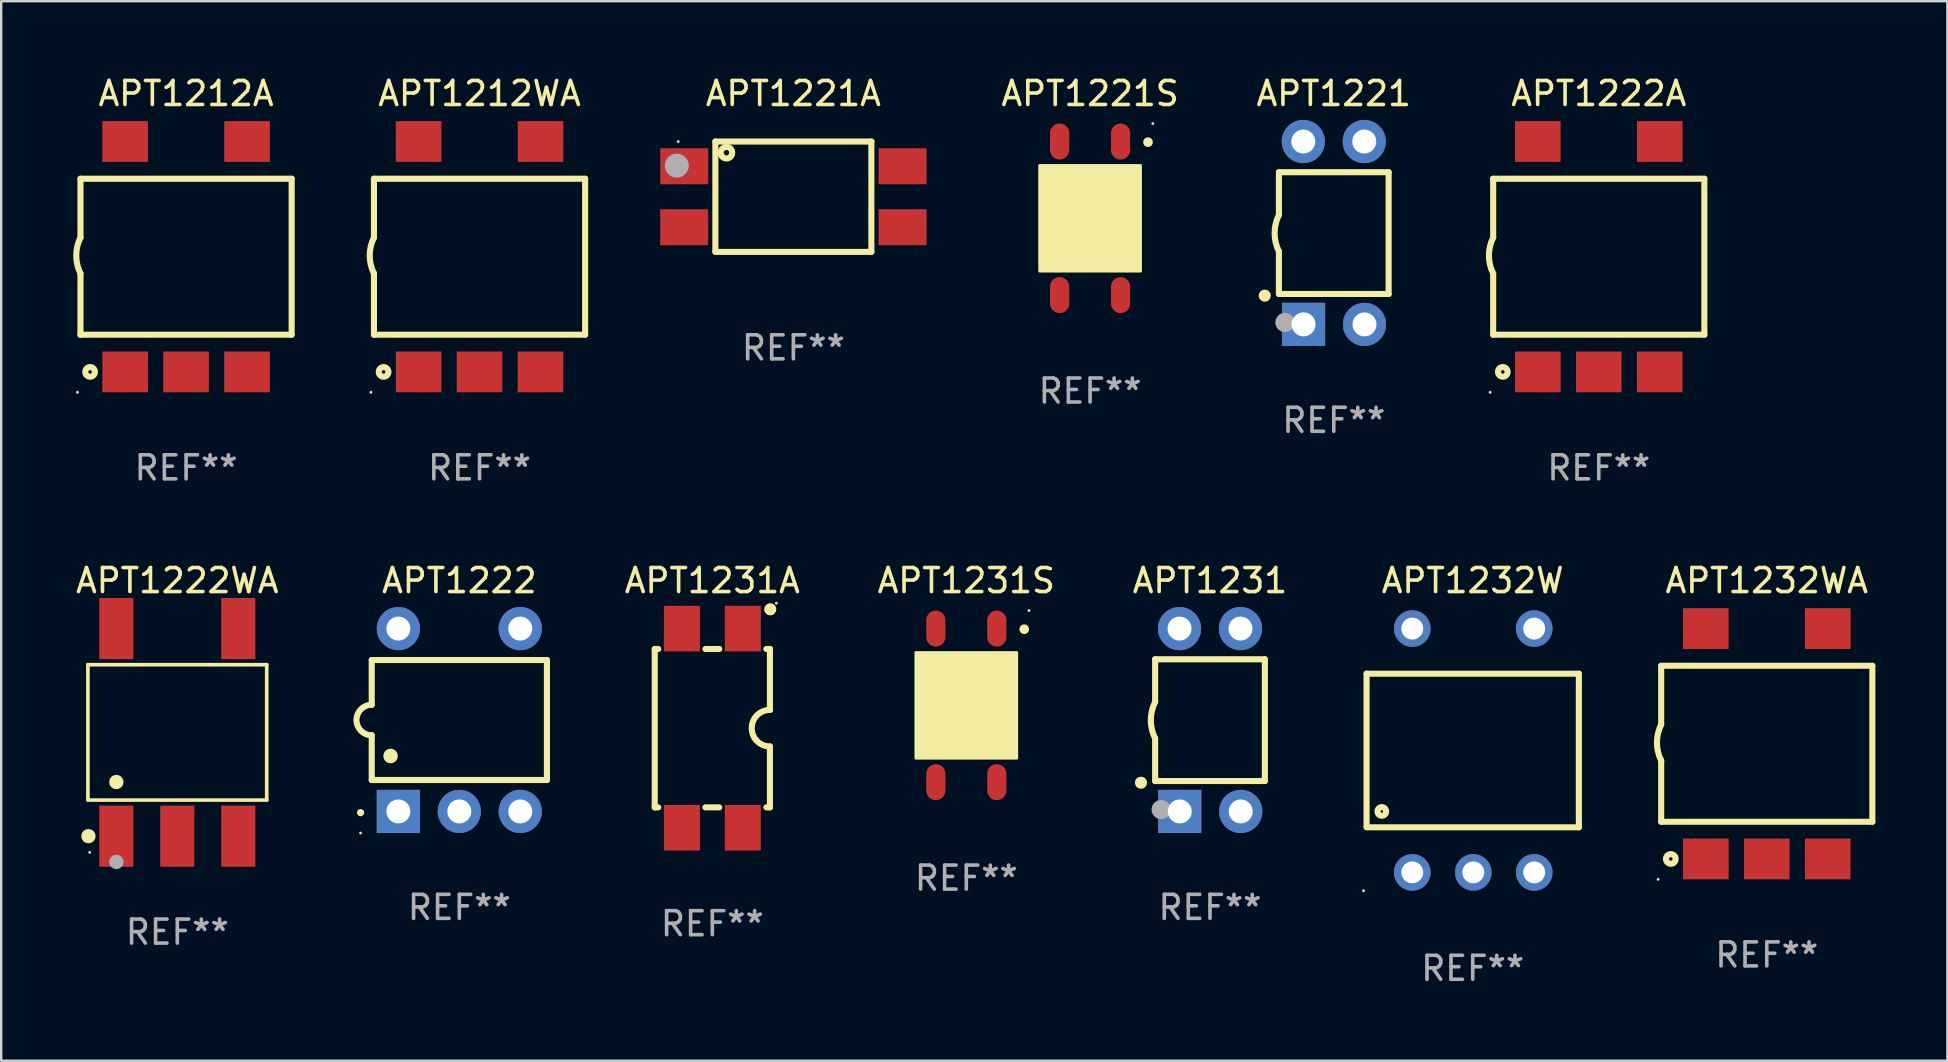
<source format=kicad_pcb>
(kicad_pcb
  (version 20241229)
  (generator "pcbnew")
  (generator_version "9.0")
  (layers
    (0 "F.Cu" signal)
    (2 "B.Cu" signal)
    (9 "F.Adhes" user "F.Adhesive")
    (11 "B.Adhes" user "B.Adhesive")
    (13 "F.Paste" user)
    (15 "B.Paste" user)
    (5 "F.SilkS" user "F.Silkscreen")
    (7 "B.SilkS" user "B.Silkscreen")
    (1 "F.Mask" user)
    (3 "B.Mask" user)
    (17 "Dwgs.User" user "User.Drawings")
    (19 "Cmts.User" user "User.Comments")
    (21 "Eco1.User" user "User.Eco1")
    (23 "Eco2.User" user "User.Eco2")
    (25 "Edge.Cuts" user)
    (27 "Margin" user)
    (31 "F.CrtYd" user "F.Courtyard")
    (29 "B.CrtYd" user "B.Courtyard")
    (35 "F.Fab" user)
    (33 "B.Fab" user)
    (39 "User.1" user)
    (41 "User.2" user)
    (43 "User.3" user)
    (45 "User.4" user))
  (footprint "APT1231"
    (layer "F.Cu")
    (at 47.374 26.955)
    (property "Reference" "APT1231" (at 0 -5.81 0) (layer "F.SilkS") (effects (font (size 1 1) (thickness 0.15))))
    (attr through_hole)
    (fp_line (start -2.286 -2.532) (end -2.286 -0.754) (stroke (width 0.254) (type solid)) (layer "F.SilkS"))
    (fp_line (start -2.286 -2.532) (end 2.286 -2.532) (stroke (width 0.254) (type solid)) (layer "F.SilkS"))
    (fp_line (start -2.286 0.77) (end -2.286 2.542) (stroke (width 0.254) (type solid)) (layer "F.SilkS"))
    (fp_line (start -2.286 2.542) (end 2.286 2.542) (stroke (width 0.254) (type solid)) (layer "F.SilkS"))
    (fp_line (start 2.286 -2.532) (end 2.286 2.542) (stroke (width 0.254) (type solid)) (layer "F.SilkS"))
    (fp_arc (start -2.286005 0.769952) (mid -2.465889 0.00795) (end -2.286005 -0.754051) (stroke (width 0.254001) (type solid)) (layer "F.SilkS"))
    (fp_circle (center -2.877 2.613) (end -2.75 2.613) (stroke (width 0.254) (type solid)) (fill no) (layer "F.SilkS"))
    (fp_circle (center -2.29 3.935) (end -2.26 3.935) (stroke (width 0.06) (type solid)) (fill no) (layer "F.SilkS"))
    (fp_circle (center -2.035 3.73) (end -1.835 3.73) (stroke (width 0.4) (type solid)) (fill no) (layer "F.Fab"))
    (fp_text user "REF**" (at 0 7.81 0) (layer "F.Fab") (effects (font (size 1 1) (thickness 0.15))))
    (pad "1" thru_hole rect (at -1.26 3.81 180) (size 1.8 1.8) (drill 1) (layers "*.Cu" "*.Mask"))
    (pad "2" thru_hole circle (at 1.28 3.81) (size 1.8 1.8) (drill 1) (layers "*.Cu" "*.Mask"))
    (pad "3" thru_hole circle (at 1.27 -3.81) (size 1.8 1.8) (drill 1) (layers "*.Cu" "*.Mask"))
    (pad "4" thru_hole circle (at -1.27 -3.81) (size 1.8 1.8) (drill 1) (layers "*.Cu" "*.Mask")))
  (footprint "APT1212A"
    (layer "F.Cu")
    (at 4.704 7.648)
    (property "Reference" "APT1212A" (at 0 -6.8 0) (layer "F.SilkS") (effects (font (size 1 1) (thickness 0.15))))
    (attr through_hole)
    (fp_line (start -4.4 -3.25) (end -4.4 -0.8) (stroke (width 0.254) (type solid)) (layer "F.SilkS"))
    (fp_line (start -4.4 -3.25) (end 4.4 -3.25) (stroke (width 0.254) (type solid)) (layer "F.SilkS"))
    (fp_line (start -4.4 3.25) (end -4.4 0.7) (stroke (width 0.254) (type solid)) (layer "F.SilkS"))
    (fp_line (start 4.4 3.25) (end -4.4 3.25) (stroke (width 0.254) (type solid)) (layer "F.SilkS"))
    (fp_line (start 4.4 3.25) (end 4.4 -3.25) (stroke (width 0.254) (type solid)) (layer "F.SilkS"))
    (fp_arc (start -4.399289 0.701041) (mid -4.576723 -0.04939) (end -4.400051 -0.8) (stroke (width 0.254001) (type solid)) (layer "F.SilkS"))
    (fp_circle (center -4.527 5.65) (end -4.497 5.65) (stroke (width 0.06) (type solid)) (fill no) (layer "F.SilkS"))
    (fp_circle (center -3.999 4.8) (end -3.798 4.8) (stroke (width 0.254) (type solid)) (fill no) (layer "F.SilkS"))
    (fp_text user "REF**" (at 0 8.8 0) (layer "F.Fab") (effects (font (size 1 1) (thickness 0.15))))
    (pad "1" smd rect (at -2.538 4.8) (size 1.9 1.7) (layers "F.Cu" "F.Mask" "F.Paste"))
    (pad "2" smd rect (at 0 4.8) (size 1.9 1.7) (layers "F.Cu" "F.Mask" "F.Paste"))
    (pad "3" smd rect (at 2.54 4.8) (size 1.9 1.7) (layers "F.Cu" "F.Mask" "F.Paste"))
    (pad "4" smd rect (at 2.542 -4.8) (size 1.9 1.7) (layers "F.Cu" "F.Mask" "F.Paste"))
    (pad "6" smd rect (at -2.54 -4.8) (size 1.9 1.7) (layers "F.Cu" "F.Mask" "F.Paste")))
  (footprint "APT1231A"
    (layer "F.Cu")
    (at 26.635 27.295)
    (property "Reference" "APT1231A" (at 0 -6.15 0) (layer "F.SilkS") (effects (font (size 1 1) (thickness 0.15))))
    (attr through_hole)
    (fp_line (start -2.4 -3.3) (end -2.251 -3.3) (stroke (width 0.254) (type solid)) (layer "F.SilkS"))
    (fp_line (start -2.4 3.3) (end -2.4 -3.3) (stroke (width 0.254) (type solid)) (layer "F.SilkS"))
    (fp_line (start -2.4 3.3) (end -2.251 3.3) (stroke (width 0.254) (type solid)) (layer "F.SilkS"))
    (fp_line (start -0.289 -3.3) (end 0.289 -3.3) (stroke (width 0.254) (type solid)) (layer "F.SilkS"))
    (fp_line (start -0.289 3.3) (end 0.289 3.3) (stroke (width 0.254) (type solid)) (layer "F.SilkS"))
    (fp_line (start 2.251 -3.3) (end 2.4 -3.3) (stroke (width 0.254) (type solid)) (layer "F.SilkS"))
    (fp_line (start 2.251 3.3) (end 2.4 3.3) (stroke (width 0.254) (type solid)) (layer "F.SilkS"))
    (fp_line (start 2.4 -3.3) (end 2.4 -0.762) (stroke (width 0.254) (type solid)) (layer "F.SilkS"))
    (fp_line (start 2.4 3.3) (end 2.4 0.762) (stroke (width 0.254) (type solid)) (layer "F.SilkS"))
    (fp_arc (start 2.39939 0.7619) (mid 1.644729 -0.003742) (end 2.406731 -0.762077) (stroke (width 0.254001) (type solid)) (layer "F.SilkS"))
    (fp_circle (center 2.413 -4.953) (end 2.54 -4.953) (stroke (width 0.254) (type solid)) (fill no) (layer "F.SilkS"))
    (fp_circle (center 2.667 -5.207) (end 2.697 -5.207) (stroke (width 0.06) (type solid)) (fill no) (layer "F.SilkS"))
    (fp_text user "REF**" (at 0 8.15 0) (layer "F.Fab") (effects (font (size 1 1) (thickness 0.15))))
    (pad "1" smd rect (at 1.27 -4.15) (size 1.5 1.9) (layers "F.Cu" "F.Mask" "F.Paste"))
    (pad "2" smd rect (at -1.27 -4.15) (size 1.5 1.9) (layers "F.Cu" "F.Mask" "F.Paste"))
    (pad "3" smd rect (at -1.27 4.15) (size 1.5 1.9) (layers "F.Cu" "F.Mask" "F.Paste"))
    (pad "4" smd rect (at 1.27 4.15) (size 1.5 1.9) (layers "F.Cu" "F.Mask" "F.Paste")))
  (footprint "APT1222A"
    (layer "F.Cu")
    (at 63.575 7.648)
    (property "Reference" "APT1222A" (at 0 -6.8 0) (layer "F.SilkS") (effects (font (size 1 1) (thickness 0.15))))
    (attr through_hole)
    (fp_line (start -4.4 -3.25) (end -4.4 -0.8) (stroke (width 0.254) (type solid)) (layer "F.SilkS"))
    (fp_line (start -4.4 -3.25) (end 4.4 -3.25) (stroke (width 0.254) (type solid)) (layer "F.SilkS"))
    (fp_line (start -4.4 3.25) (end -4.4 0.7) (stroke (width 0.254) (type solid)) (layer "F.SilkS"))
    (fp_line (start 4.4 3.25) (end -4.4 3.25) (stroke (width 0.254) (type solid)) (layer "F.SilkS"))
    (fp_line (start 4.4 3.25) (end 4.4 -3.25) (stroke (width 0.254) (type solid)) (layer "F.SilkS"))
    (fp_arc (start -4.399289 0.701041) (mid -4.576723 -0.04939) (end -4.400051 -0.8) (stroke (width 0.254001) (type solid)) (layer "F.SilkS"))
    (fp_circle (center -4.527 5.65) (end -4.497 5.65) (stroke (width 0.06) (type solid)) (fill no) (layer "F.SilkS"))
    (fp_circle (center -3.999 4.8) (end -3.798 4.8) (stroke (width 0.254) (type solid)) (fill no) (layer "F.SilkS"))
    (fp_text user "REF**" (at 0 8.8 0) (layer "F.Fab") (effects (font (size 1 1) (thickness 0.15))))
    (pad "1" smd rect (at -2.538 4.8) (size 1.9 1.7) (layers "F.Cu" "F.Mask" "F.Paste"))
    (pad "2" smd rect (at 0 4.8) (size 1.9 1.7) (layers "F.Cu" "F.Mask" "F.Paste"))
    (pad "3" smd rect (at 2.54 4.8) (size 1.9 1.7) (layers "F.Cu" "F.Mask" "F.Paste"))
    (pad "4" smd rect (at 2.542 -4.8) (size 1.9 1.7) (layers "F.Cu" "F.Mask" "F.Paste"))
    (pad "6" smd rect (at -2.54 -4.8) (size 1.9 1.7) (layers "F.Cu" "F.Mask" "F.Paste")))
  (footprint "APT1221"
    (layer "F.Cu")
    (at 52.532 6.658)
    (property "Reference" "APT1221" (at 0 -5.81 0) (layer "F.SilkS") (effects (font (size 1 1) (thickness 0.15))))
    (attr through_hole)
    (fp_line (start -2.286 -2.532) (end -2.286 -0.754) (stroke (width 0.254) (type solid)) (layer "F.SilkS"))
    (fp_line (start -2.286 -2.532) (end 2.286 -2.532) (stroke (width 0.254) (type solid)) (layer "F.SilkS"))
    (fp_line (start -2.286 0.77) (end -2.286 2.542) (stroke (width 0.254) (type solid)) (layer "F.SilkS"))
    (fp_line (start -2.286 2.542) (end 2.286 2.542) (stroke (width 0.254) (type solid)) (layer "F.SilkS"))
    (fp_line (start 2.286 -2.532) (end 2.286 2.542) (stroke (width 0.254) (type solid)) (layer "F.SilkS"))
    (fp_arc (start -2.286005 0.769952) (mid -2.465889 0.00795) (end -2.286005 -0.754051) (stroke (width 0.254001) (type solid)) (layer "F.SilkS"))
    (fp_circle (center -2.877 2.613) (end -2.75 2.613) (stroke (width 0.254) (type solid)) (fill no) (layer "F.SilkS"))
    (fp_circle (center -2.29 3.935) (end -2.26 3.935) (stroke (width 0.06) (type solid)) (fill no) (layer "F.SilkS"))
    (fp_circle (center -2.035 3.73) (end -1.835 3.73) (stroke (width 0.4) (type solid)) (fill no) (layer "F.Fab"))
    (fp_text user "REF**" (at 0 7.81 0) (layer "F.Fab") (effects (font (size 1 1) (thickness 0.15))))
    (pad "1" thru_hole rect (at -1.26 3.81 180) (size 1.8 1.8) (drill 1) (layers "*.Cu" "*.Mask"))
    (pad "2" thru_hole circle (at 1.28 3.81) (size 1.8 1.8) (drill 1) (layers "*.Cu" "*.Mask"))
    (pad "3" thru_hole circle (at 1.27 -3.81) (size 1.8 1.8) (drill 1) (layers "*.Cu" "*.Mask"))
    (pad "4" thru_hole circle (at -1.27 -3.81) (size 1.8 1.8) (drill 1) (layers "*.Cu" "*.Mask")))
  (footprint "APT1221A"
    (layer "F.Cu")
    (at 30.012 5.148)
    (property "Reference" "APT1221A" (at 0 -4.3 0) (layer "F.SilkS") (effects (font (size 1 1) (thickness 0.15))))
    (attr through_hole)
    (fp_line (start -3.25 -2.3) (end -3.25 2.3) (stroke (width 0.254) (type solid)) (layer "F.SilkS"))
    (fp_line (start -3.25 -2.3) (end 3.25 -2.3) (stroke (width 0.254) (type solid)) (layer "F.SilkS"))
    (fp_line (start -3.25 2.3) (end 3.25 2.3) (stroke (width 0.254) (type solid)) (layer "F.SilkS"))
    (fp_line (start 3.25 -2.3) (end 3.25 2.3) (stroke (width 0.254) (type solid)) (layer "F.SilkS"))
    (fp_circle (center -4.8 -2.3) (end -4.77 -2.3) (stroke (width 0.06) (type solid)) (fill no) (layer "F.SilkS"))
    (fp_circle (center -2.789 -1.834) (end -2.676 -1.834) (stroke (width 0.254) (type solid)) (fill no) (layer "F.SilkS"))
    (fp_circle (center -4.859 -1.294) (end -4.609 -1.294) (stroke (width 0.5) (type solid)) (fill no) (layer "F.Fab"))
    (fp_text user "REF**" (at 0 6.3 0) (layer "F.Fab") (effects (font (size 1 1) (thickness 0.15))))
    (pad "1" smd rect (at -4.55 -1.27) (size 2 1.5) (layers "F.Cu" "F.Mask" "F.Paste"))
    (pad "2" smd rect (at -4.55 1.27) (size 2 1.5) (layers "F.Cu" "F.Mask" "F.Paste"))
    (pad "3" smd rect (at 4.55 1.27) (size 2 1.5) (layers "F.Cu" "F.Mask" "F.Paste"))
    (pad "4" smd rect (at 4.55 -1.27) (size 2 1.5) (layers "F.Cu" "F.Mask" "F.Paste")))
  (footprint "APT1221S"
    (layer "F.Cu")
    (at 42.377 6.048)
    (property "Reference" "APT1221S" (at 0 -5.2 0) (layer "F.SilkS") (effects (font (size 1 1) (thickness 0.15))))
    (attr through_hole)
    (fp_arc (start 2.41303 -3.172695) (mid 2.413026 -3.173965) (end 2.41303 -3.175235) (stroke (width 0.4) (type solid)) (layer "F.SilkS"))
    (fp_circle (center 2.613 -3.95) (end 2.643 -3.95) (stroke (width 0.06) (type solid)) (fill no) (layer "F.SilkS"))
    (fp_poly (pts (xy -2.1 -2.2) (xy 2.1 -2.2) (xy 2.1 2.2) (xy -2.1 2.2)) (stroke (width 0.12) (type solid)) (fill yes) (layer "F.SilkS"))
    (fp_text user "REF**" (at 0 7.2 0) (layer "F.Fab") (effects (font (size 1 1) (thickness 0.15))))
    (pad "1" smd oval (at 1.27 -3.2) (size 0.8 1.5) (layers "F.Cu" "F.Mask" "F.Paste"))
    (pad "2" smd oval (at -1.27 -3.2) (size 0.8 1.5) (layers "F.Cu" "F.Mask" "F.Paste"))
    (pad "3" smd oval (at -1.27 3.2) (size 0.8 1.5) (layers "F.Cu" "F.Mask" "F.Paste"))
    (pad "4" smd oval (at 1.27 3.2) (size 0.8 1.5) (layers "F.Cu" "F.Mask" "F.Paste")))
  (footprint "APT1232W"
    (layer "F.Cu")
    (at 58.322 28.225)
    (property "Reference" "APT1232W" (at 0 -7.08 0) (layer "F.SilkS") (effects (font (size 1 1) (thickness 0.15))))
    (attr through_hole)
    (fp_line (start -4.423 -3.2) (end -4.423 3.175) (stroke (width 0.254) (type solid)) (layer "F.SilkS"))
    (fp_line (start 4.423 -3.2) (end -4.423 -3.2) (stroke (width 0.254) (type solid)) (layer "F.SilkS"))
    (fp_line (start 4.423 -3.2) (end 4.423 3.2) (stroke (width 0.254) (type solid)) (layer "F.SilkS"))
    (fp_line (start 4.423 3.2) (end -4.423 3.2) (stroke (width 0.254) (type solid)) (layer "F.SilkS"))
    (fp_circle (center -4.55 5.842) (end -4.52 5.842) (stroke (width 0.06) (type solid)) (fill no) (layer "F.SilkS"))
    (fp_circle (center -3.788 2.54) (end -3.608 2.54) (stroke (width 0.254) (type solid)) (fill no) (layer "F.SilkS"))
    (fp_text user "REF**" (at 0 9.08 0) (layer "F.Fab") (effects (font (size 1 1) (thickness 0.15))))
    (pad "1" thru_hole circle (at -2.518 5.08) (size 1.524 1.524) (drill 0.914) (layers "*.Cu" "*.Mask"))
    (pad "2" thru_hole circle (at 0.023 5.08) (size 1.524 1.524) (drill 0.914) (layers "*.Cu" "*.Mask"))
    (pad "3" thru_hole circle (at 2.563 5.08) (size 1.524 1.524) (drill 0.914) (layers "*.Cu" "*.Mask"))
    (pad "4" thru_hole circle (at 2.563 -5.08) (size 1.524 1.524) (drill 0.914) (layers "*.Cu" "*.Mask"))
    (pad "6" thru_hole circle (at -2.518 -5.08) (size 1.524 1.524) (drill 0.914) (layers "*.Cu" "*.Mask")))
  (footprint "APT1222WA"
    (layer "F.Cu")
    (at 4.339 27.47)
    (property "Reference" "APT1222WA" (at 0 -6.325 0) (layer "F.SilkS") (effects (font (size 1 1) (thickness 0.15))))
    (attr through_hole)
    (fp_line (start -3.726 -2.821) (end 3.726 -2.821) (stroke (width 0.152) (type solid)) (layer "F.SilkS"))
    (fp_line (start -3.726 2.821) (end -3.726 -2.821) (stroke (width 0.152) (type solid)) (layer "F.SilkS"))
    (fp_line (start 3.726 -2.821) (end 3.726 2.821) (stroke (width 0.152) (type solid)) (layer "F.SilkS"))
    (fp_line (start 3.726 2.821) (end -3.726 2.821) (stroke (width 0.152) (type solid)) (layer "F.SilkS"))
    (fp_circle (center -3.704 4.325) (end -3.554 4.325) (stroke (width 0.3) (type solid)) (fill no) (layer "F.SilkS"))
    (fp_circle (center -3.65 5) (end -3.62 5) (stroke (width 0.06) (type solid)) (fill no) (layer "F.SilkS"))
    (fp_circle (center -2.54 2.069) (end -2.39 2.069) (stroke (width 0.3) (type solid)) (fill no) (layer "F.SilkS"))
    (fp_circle (center -2.54 5.4) (end -2.39 5.4) (stroke (width 0.3) (type solid)) (fill no) (layer "F.Fab"))
    (fp_text user "REF**" (at 0 8.325 0) (layer "F.Fab") (effects (font (size 1 1) (thickness 0.15))))
    (pad "1" smd rect (at -2.54 4.325) (size 1.422 2.55) (layers "F.Cu" "F.Mask" "F.Paste"))
    (pad "2" smd rect (at 0 4.325) (size 1.422 2.55) (layers "F.Cu" "F.Mask" "F.Paste"))
    (pad "3" smd rect (at 2.54 4.325) (size 1.422 2.55) (layers "F.Cu" "F.Mask" "F.Paste"))
    (pad "4" smd rect (at 2.54 -4.325) (size 1.422 2.55) (layers "F.Cu" "F.Mask" "F.Paste"))
    (pad "6" smd rect (at -2.54 -4.325) (size 1.422 2.55) (layers "F.Cu" "F.Mask" "F.Paste")))
  (footprint "APT1232WA"
    (layer "F.Cu")
    (at 70.576 27.945)
    (property "Reference" "APT1232WA" (at 0 -6.8 0) (layer "F.SilkS") (effects (font (size 1 1) (thickness 0.15))))
    (attr through_hole)
    (fp_line (start -4.4 -3.25) (end -4.4 -0.8) (stroke (width 0.254) (type solid)) (layer "F.SilkS"))
    (fp_line (start -4.4 -3.25) (end 4.4 -3.25) (stroke (width 0.254) (type solid)) (layer "F.SilkS"))
    (fp_line (start -4.4 3.25) (end -4.4 0.7) (stroke (width 0.254) (type solid)) (layer "F.SilkS"))
    (fp_line (start 4.4 3.25) (end -4.4 3.25) (stroke (width 0.254) (type solid)) (layer "F.SilkS"))
    (fp_line (start 4.4 3.25) (end 4.4 -3.25) (stroke (width 0.254) (type solid)) (layer "F.SilkS"))
    (fp_arc (start -4.399289 0.701041) (mid -4.576723 -0.04939) (end -4.400051 -0.8) (stroke (width 0.254001) (type solid)) (layer "F.SilkS"))
    (fp_circle (center -4.527 5.65) (end -4.497 5.65) (stroke (width 0.06) (type solid)) (fill no) (layer "F.SilkS"))
    (fp_circle (center -3.999 4.8) (end -3.798 4.8) (stroke (width 0.254) (type solid)) (fill no) (layer "F.SilkS"))
    (fp_text user "REF**" (at 0 8.8 0) (layer "F.Fab") (effects (font (size 1 1) (thickness 0.15))))
    (pad "1" smd rect (at -2.538 4.8) (size 1.9 1.7) (layers "F.Cu" "F.Mask" "F.Paste"))
    (pad "2" smd rect (at 0 4.8) (size 1.9 1.7) (layers "F.Cu" "F.Mask" "F.Paste"))
    (pad "3" smd rect (at 2.54 4.8) (size 1.9 1.7) (layers "F.Cu" "F.Mask" "F.Paste"))
    (pad "4" smd rect (at 2.542 -4.8) (size 1.9 1.7) (layers "F.Cu" "F.Mask" "F.Paste"))
    (pad "6" smd rect (at -2.54 -4.8) (size 1.9 1.7) (layers "F.Cu" "F.Mask" "F.Paste")))
  (footprint "APT1212WA"
    (layer "F.Cu")
    (at 16.934 7.648)
    (property "Reference" "APT1212WA" (at 0 -6.8 0) (layer "F.SilkS") (effects (font (size 1 1) (thickness 0.15))))
    (attr through_hole)
    (fp_line (start -4.4 -3.25) (end -4.4 -0.8) (stroke (width 0.254) (type solid)) (layer "F.SilkS"))
    (fp_line (start -4.4 -3.25) (end 4.4 -3.25) (stroke (width 0.254) (type solid)) (layer "F.SilkS"))
    (fp_line (start -4.4 3.25) (end -4.4 0.7) (stroke (width 0.254) (type solid)) (layer "F.SilkS"))
    (fp_line (start 4.4 3.25) (end -4.4 3.25) (stroke (width 0.254) (type solid)) (layer "F.SilkS"))
    (fp_line (start 4.4 3.25) (end 4.4 -3.25) (stroke (width 0.254) (type solid)) (layer "F.SilkS"))
    (fp_arc (start -4.399289 0.701041) (mid -4.576723 -0.04939) (end -4.400051 -0.8) (stroke (width 0.254001) (type solid)) (layer "F.SilkS"))
    (fp_circle (center -4.527 5.65) (end -4.497 5.65) (stroke (width 0.06) (type solid)) (fill no) (layer "F.SilkS"))
    (fp_circle (center -3.999 4.8) (end -3.798 4.8) (stroke (width 0.254) (type solid)) (fill no) (layer "F.SilkS"))
    (fp_text user "REF**" (at 0 8.8 0) (layer "F.Fab") (effects (font (size 1 1) (thickness 0.15))))
    (pad "1" smd rect (at -2.538 4.8) (size 1.9 1.7) (layers "F.Cu" "F.Mask" "F.Paste"))
    (pad "2" smd rect (at 0 4.8) (size 1.9 1.7) (layers "F.Cu" "F.Mask" "F.Paste"))
    (pad "3" smd rect (at 2.54 4.8) (size 1.9 1.7) (layers "F.Cu" "F.Mask" "F.Paste"))
    (pad "4" smd rect (at 2.542 -4.8) (size 1.9 1.7) (layers "F.Cu" "F.Mask" "F.Paste"))
    (pad "6" smd rect (at -2.54 -4.8) (size 1.9 1.7) (layers "F.Cu" "F.Mask" "F.Paste")))
  (footprint "APT1222"
    (layer "F.Cu")
    (at 16.091 26.955)
    (property "Reference" "APT1222" (at 0 -5.81 0) (layer "F.SilkS") (effects (font (size 1 1) (thickness 0.15))))
    (attr through_hole)
    (fp_line (start -3.65 -2.5) (end 3.65 -2.5) (stroke (width 0.254) (type solid)) (layer "F.SilkS"))
    (fp_line (start -3.65 -0.635) (end -3.65 -2.5) (stroke (width 0.254) (type solid)) (layer "F.SilkS"))
    (fp_line (start -3.65 0.635) (end -3.65 2.5) (stroke (width 0.254) (type solid)) (layer "F.SilkS"))
    (fp_line (start -3.65 2.5) (end 3.65 2.5) (stroke (width 0.254) (type solid)) (layer "F.SilkS"))
    (fp_line (start 3.65 -2.5) (end 3.65 2.5) (stroke (width 0.254) (type solid)) (layer "F.SilkS"))
    (fp_arc (start -4.114808 3.860808) (mid -4.114813 3.859538) (end -4.114808 3.858268) (stroke (width 0.3) (type solid)) (layer "F.SilkS"))
    (fp_arc (start -3.650013 0.635001) (mid -4.285014 0) (end -3.650013 -0.635001) (stroke (width 0.254001) (type solid)) (layer "F.SilkS"))
    (fp_arc (start -2.865405 1.501143) (mid -2.865416 1.498603) (end -2.865405 1.496063) (stroke (width 0.6) (type solid)) (layer "F.SilkS"))
    (fp_circle (center -4.115 4.71) (end -4.085 4.71) (stroke (width 0.06) (type solid)) (fill no) (layer "F.SilkS"))
    (fp_text user "REF**" (at 0 7.81 0) (layer "F.Fab") (effects (font (size 1 1) (thickness 0.15))))
    (pad "1" thru_hole rect (at -2.54 3.81 90) (size 1.8 1.8) (drill 1) (layers "*.Cu" "*.Mask"))
    (pad "2" thru_hole circle (at 0 3.81) (size 1.8 1.8) (drill 1) (layers "*.Cu" "*.Mask"))
    (pad "3" thru_hole circle (at 2.54 3.81) (size 1.8 1.8) (drill 1) (layers "*.Cu" "*.Mask"))
    (pad "4" thru_hole circle (at 2.54 -3.81) (size 1.8 1.8) (drill 1) (layers "*.Cu" "*.Mask"))
    (pad "6" thru_hole circle (at -2.54 -3.81) (size 1.8 1.8) (drill 1) (layers "*.Cu" "*.Mask")))
  (footprint "APT1231S"
    (layer "F.Cu")
    (at 37.219 26.345)
    (property "Reference" "APT1231S" (at 0 -5.2 0) (layer "F.SilkS") (effects (font (size 1 1) (thickness 0.15))))
    (attr through_hole)
    (fp_arc (start 2.41303 -3.172695) (mid 2.413026 -3.173965) (end 2.41303 -3.175235) (stroke (width 0.4) (type solid)) (layer "F.SilkS"))
    (fp_circle (center 2.613 -3.95) (end 2.643 -3.95) (stroke (width 0.06) (type solid)) (fill no) (layer "F.SilkS"))
    (fp_poly (pts (xy -2.1 -2.2) (xy 2.1 -2.2) (xy 2.1 2.2) (xy -2.1 2.2)) (stroke (width 0.12) (type solid)) (fill yes) (layer "F.SilkS"))
    (fp_text user "REF**" (at 0 7.2 0) (layer "F.Fab") (effects (font (size 1 1) (thickness 0.15))))
    (pad "1" smd oval (at 1.27 -3.2) (size 0.8 1.5) (layers "F.Cu" "F.Mask" "F.Paste"))
    (pad "2" smd oval (at -1.27 -3.2) (size 0.8 1.5) (layers "F.Cu" "F.Mask" "F.Paste"))
    (pad "3" smd oval (at -1.27 3.2) (size 0.8 1.5) (layers "F.Cu" "F.Mask" "F.Paste"))
    (pad "4" smd oval (at 1.27 3.2) (size 0.8 1.5) (layers "F.Cu" "F.Mask" "F.Paste")))
  (gr_rect
    (start -3 -3)
    (end 78.103 41.153)
    (stroke (width 0.1) (type default))
    (fill no)
    (layer "Edge.Cuts")))
</source>
